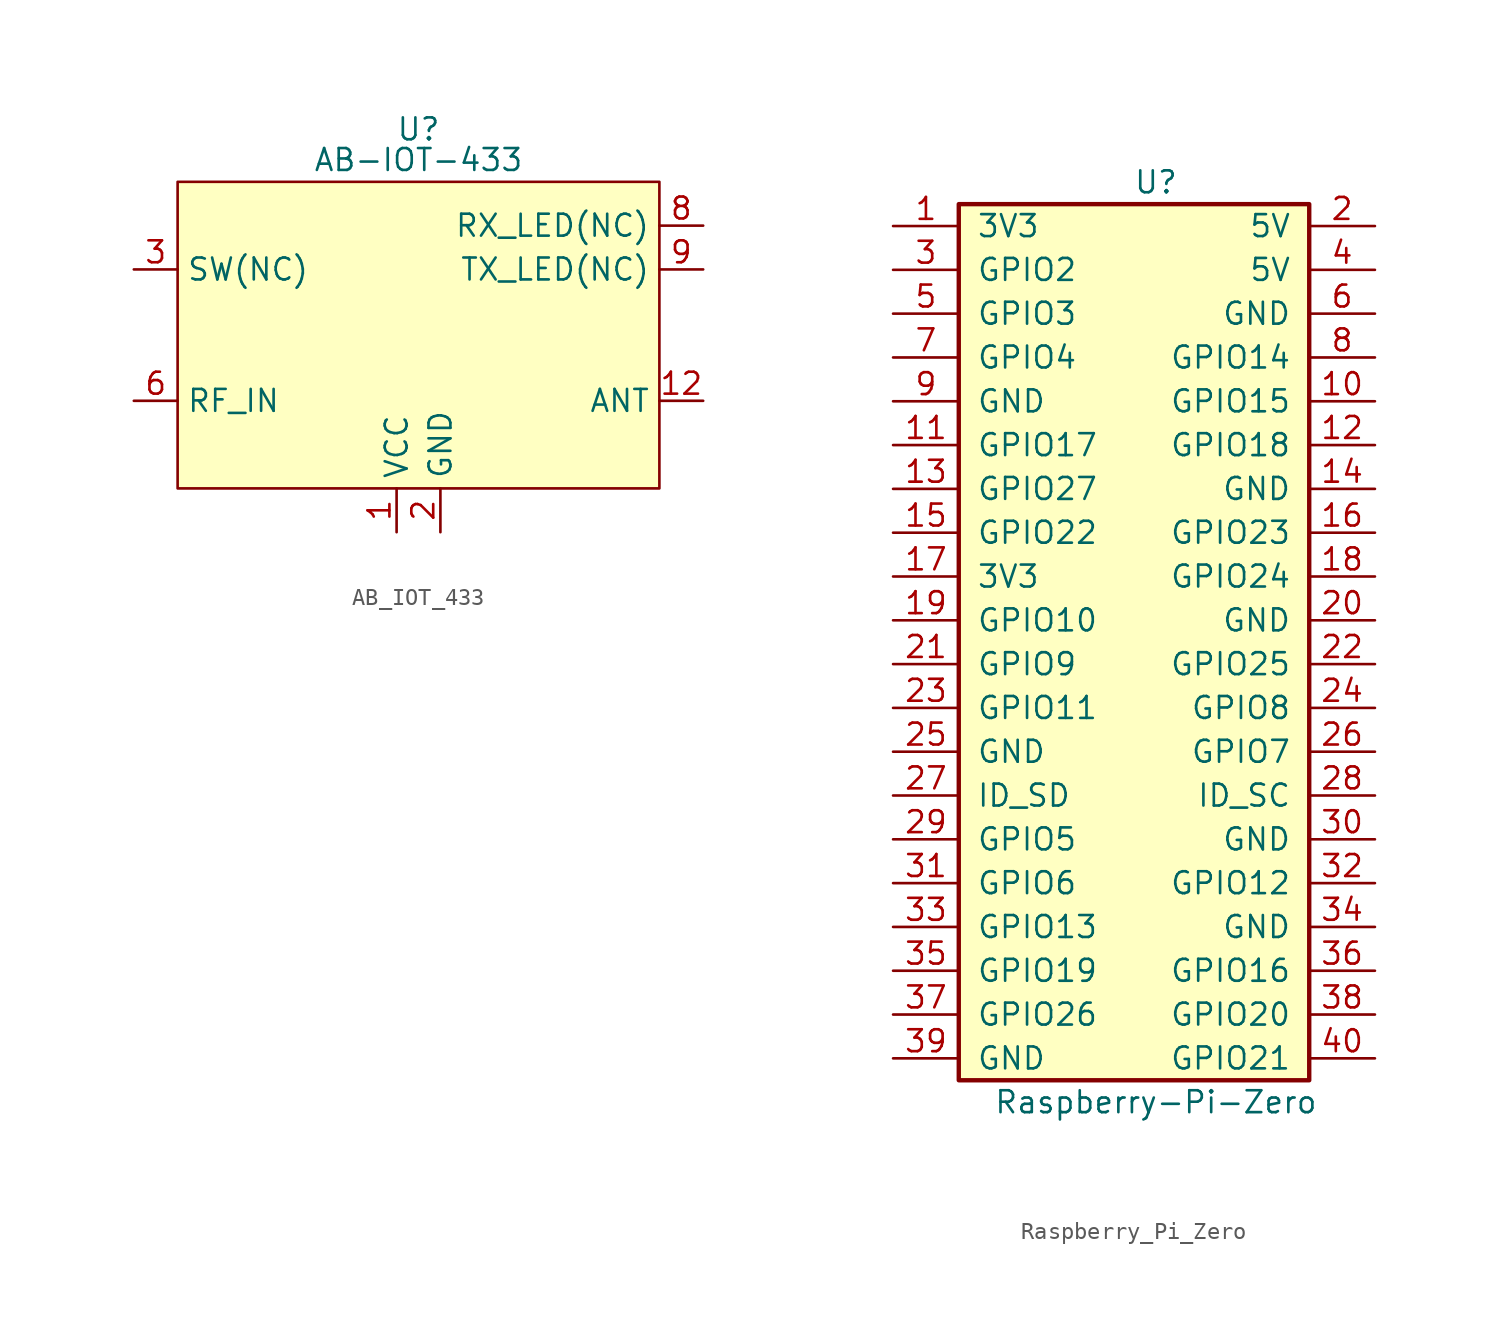
<source format=kicad_sym>
(kicad_symbol_lib
  (version 20241209)
  (generator "kicad_symbol_editor")
  (generator_version "9.0")
  (symbol "AB_IOT_433"
    (property "Reference" "U"
      (at 0 11.938 0)
      (effects (font (size 1.27 1.27))))
    (property "Value" "AB-IOT-433"
      (at 0 10.16 0)
      (effects (font (size 1.27 1.27))))
    (symbol "AB_IOT_433_1_1"
      (rectangle (start -13.97 8.89) (end 13.97 -8.89) (stroke (width 0) (type solid)) (fill (type background)))
      (pin output line (at -16.51 3.81 0) (length 2.54) (name "SW(NC)" (effects (font (size 1.27 1.27)))) (number "3" (effects (font (size 1.27 1.27)))))
      (pin power_in line (at -16.51 1.27 0) (length 2.54) (hide yes) (name "GND" (effects (font (size 1.27 1.27)))) (number "4" (effects (font (size 1.27 1.27)))))
      (pin power_in line (at -16.51 -1.27 0) (length 2.54) (hide yes) (name "GND" (effects (font (size 1.27 1.27)))) (number "5" (effects (font (size 1.27 1.27)))))
      (pin input line (at -16.51 -3.81 0) (length 2.54) (name "RF_IN" (effects (font (size 1.27 1.27)))) (number "6" (effects (font (size 1.27 1.27)))))
      (pin power_in line (at -16.51 -6.35 0) (length 2.54) (hide yes) (name "GND" (effects (font (size 1.27 1.27)))) (number "7" (effects (font (size 1.27 1.27)))))
      (pin power_in line (at -1.27 -11.43 90) (length 2.54) (name "VCC" (effects (font (size 1.27 1.27)))) (number "1" (effects (font (size 1.27 1.27)))))
      (pin power_in line (at 1.27 -11.43 90) (length 2.54) (name "GND" (effects (font (size 1.27 1.27)))) (number "2" (effects (font (size 1.27 1.27)))))
      (pin output line (at 16.51 6.35 180) (length 2.54) (name "RX_LED(NC)" (effects (font (size 1.27 1.27)))) (number "8" (effects (font (size 1.27 1.27)))))
      (pin output line (at 16.51 3.81 180) (length 2.54) (name "TX_LED(NC)" (effects (font (size 1.27 1.27)))) (number "9" (effects (font (size 1.27 1.27)))))
      (pin power_in line (at 16.51 1.27 180) (length 2.54) (hide yes) (name "GND" (effects (font (size 1.27 1.27)))) (number "10" (effects (font (size 1.27 1.27)))))
      (pin power_in line (at 16.51 -1.27 180) (length 2.54) (hide yes) (name "GND" (effects (font (size 1.27 1.27)))) (number "11" (effects (font (size 1.27 1.27)))))
      (pin output line (at 16.51 -3.81 180) (length 2.54) (name "ANT" (effects (font (size 1.27 1.27)))) (number "12" (effects (font (size 1.27 1.27)))))
      (pin power_in line (at 16.51 -6.35 180) (length 2.54) (hide yes) (name "GND" (effects (font (size 1.27 1.27)))) (number "13" (effects (font (size 1.27 1.27)))))))
  (symbol "Raspberry_Pi_Zero"
    (pin_names
      (offset 1.016))
    (property "Reference" "U"
      (at 1.27 25.4 0)
      (effects (font (size 1.27 1.27))))
    (property "Value" "Raspberry-Pi-Zero"
      (at 1.27 -27.94 0)
      (effects (font (size 1.27 1.27))))
    (symbol "Raspberry_Pi_Zero_1_1"
      (rectangle (start -10.16 24.13) (end 10.16 -26.67) (stroke (width 0.254) (type default)) (fill (type background)))
      (pin power_in line (at -13.97 22.86 0) (length 3.81) (name "3V3" (effects (font (size 1.27 1.27)))) (number "1" (effects (font (size 1.27 1.27)))))
      (pin bidirectional line (at -13.97 20.32 0) (length 3.81) (name "GPIO2" (effects (font (size 1.27 1.27)))) (number "3" (effects (font (size 1.27 1.27)))))
      (pin bidirectional line (at -13.97 17.78 0) (length 3.81) (name "GPIO3" (effects (font (size 1.27 1.27)))) (number "5" (effects (font (size 1.27 1.27)))))
      (pin bidirectional line (at -13.97 15.24 0) (length 3.81) (name "GPIO4" (effects (font (size 1.27 1.27)))) (number "7" (effects (font (size 1.27 1.27)))))
      (pin power_in line (at -13.97 12.7 0) (length 3.81) (name "GND" (effects (font (size 1.27 1.27)))) (number "9" (effects (font (size 1.27 1.27)))))
      (pin bidirectional line (at -13.97 10.16 0) (length 3.81) (name "GPIO17" (effects (font (size 1.27 1.27)))) (number "11" (effects (font (size 1.27 1.27)))))
      (pin bidirectional line (at -13.97 7.62 0) (length 3.81) (name "GPIO27" (effects (font (size 1.27 1.27)))) (number "13" (effects (font (size 1.27 1.27)))))
      (pin bidirectional line (at -13.97 5.08 0) (length 3.81) (name "GPIO22" (effects (font (size 1.27 1.27)))) (number "15" (effects (font (size 1.27 1.27)))))
      (pin power_in line (at -13.97 2.54 0) (length 3.81) (name "3V3" (effects (font (size 1.27 1.27)))) (number "17" (effects (font (size 1.27 1.27)))))
      (pin bidirectional line (at -13.97 0 0) (length 3.81) (name "GPIO10" (effects (font (size 1.27 1.27)))) (number "19" (effects (font (size 1.27 1.27)))))
      (pin bidirectional line (at -13.97 -2.54 0) (length 3.81) (name "GPIO9" (effects (font (size 1.27 1.27)))) (number "21" (effects (font (size 1.27 1.27)))))
      (pin bidirectional line (at -13.97 -5.08 0) (length 3.81) (name "GPIO11" (effects (font (size 1.27 1.27)))) (number "23" (effects (font (size 1.27 1.27)))))
      (pin power_in line (at -13.97 -7.62 0) (length 3.81) (name "GND" (effects (font (size 1.27 1.27)))) (number "25" (effects (font (size 1.27 1.27)))))
      (pin bidirectional line (at -13.97 -10.16 0) (length 3.81) (name "ID_SD" (effects (font (size 1.27 1.27)))) (number "27" (effects (font (size 1.27 1.27)))))
      (pin bidirectional line (at -13.97 -12.7 0) (length 3.81) (name "GPIO5" (effects (font (size 1.27 1.27)))) (number "29" (effects (font (size 1.27 1.27)))))
      (pin bidirectional line (at -13.97 -15.24 0) (length 3.81) (name "GPIO6" (effects (font (size 1.27 1.27)))) (number "31" (effects (font (size 1.27 1.27)))))
      (pin bidirectional line (at -13.97 -17.78 0) (length 3.81) (name "GPIO13" (effects (font (size 1.27 1.27)))) (number "33" (effects (font (size 1.27 1.27)))))
      (pin bidirectional line (at -13.97 -20.32 0) (length 3.81) (name "GPIO19" (effects (font (size 1.27 1.27)))) (number "35" (effects (font (size 1.27 1.27)))))
      (pin bidirectional line (at -13.97 -22.86 0) (length 3.81) (name "GPIO26" (effects (font (size 1.27 1.27)))) (number "37" (effects (font (size 1.27 1.27)))))
      (pin power_in line (at -13.97 -25.4 0) (length 3.81) (name "GND" (effects (font (size 1.27 1.27)))) (number "39" (effects (font (size 1.27 1.27)))))
      (pin power_in line (at 13.97 22.86 180) (length 3.81) (name "5V" (effects (font (size 1.27 1.27)))) (number "2" (effects (font (size 1.27 1.27)))))
      (pin power_in line (at 13.97 20.32 180) (length 3.81) (name "5V" (effects (font (size 1.27 1.27)))) (number "4" (effects (font (size 1.27 1.27)))))
      (pin power_in line (at 13.97 17.78 180) (length 3.81) (name "GND" (effects (font (size 1.27 1.27)))) (number "6" (effects (font (size 1.27 1.27)))))
      (pin bidirectional line (at 13.97 15.24 180) (length 3.81) (name "GPIO14" (effects (font (size 1.27 1.27)))) (number "8" (effects (font (size 1.27 1.27)))))
      (pin bidirectional line (at 13.97 12.7 180) (length 3.81) (name "GPIO15" (effects (font (size 1.27 1.27)))) (number "10" (effects (font (size 1.27 1.27)))))
      (pin bidirectional line (at 13.97 10.16 180) (length 3.81) (name "GPIO18" (effects (font (size 1.27 1.27)))) (number "12" (effects (font (size 1.27 1.27)))))
      (pin power_in line (at 13.97 7.62 180) (length 3.81) (name "GND" (effects (font (size 1.27 1.27)))) (number "14" (effects (font (size 1.27 1.27)))))
      (pin bidirectional line (at 13.97 5.08 180) (length 3.81) (name "GPIO23" (effects (font (size 1.27 1.27)))) (number "16" (effects (font (size 1.27 1.27)))))
      (pin bidirectional line (at 13.97 2.54 180) (length 3.81) (name "GPIO24" (effects (font (size 1.27 1.27)))) (number "18" (effects (font (size 1.27 1.27)))))
      (pin power_in line (at 13.97 0 180) (length 3.81) (name "GND" (effects (font (size 1.27 1.27)))) (number "20" (effects (font (size 1.27 1.27)))))
      (pin bidirectional line (at 13.97 -2.54 180) (length 3.81) (name "GPIO25" (effects (font (size 1.27 1.27)))) (number "22" (effects (font (size 1.27 1.27)))))
      (pin bidirectional line (at 13.97 -5.08 180) (length 3.81) (name "GPIO8" (effects (font (size 1.27 1.27)))) (number "24" (effects (font (size 1.27 1.27)))))
      (pin bidirectional line (at 13.97 -7.62 180) (length 3.81) (name "GPIO7" (effects (font (size 1.27 1.27)))) (number "26" (effects (font (size 1.27 1.27)))))
      (pin bidirectional line (at 13.97 -10.16 180) (length 3.81) (name "ID_SC" (effects (font (size 1.27 1.27)))) (number "28" (effects (font (size 1.27 1.27)))))
      (pin power_in line (at 13.97 -12.7 180) (length 3.81) (name "GND" (effects (font (size 1.27 1.27)))) (number "30" (effects (font (size 1.27 1.27)))))
      (pin bidirectional line (at 13.97 -15.24 180) (length 3.81) (name "GPIO12" (effects (font (size 1.27 1.27)))) (number "32" (effects (font (size 1.27 1.27)))))
      (pin power_in line (at 13.97 -17.78 180) (length 3.81) (name "GND" (effects (font (size 1.27 1.27)))) (number "34" (effects (font (size 1.27 1.27)))))
      (pin bidirectional line (at 13.97 -20.32 180) (length 3.81) (name "GPIO16" (effects (font (size 1.27 1.27)))) (number "36" (effects (font (size 1.27 1.27)))))
      (pin bidirectional line (at 13.97 -22.86 180) (length 3.81) (name "GPIO20" (effects (font (size 1.27 1.27)))) (number "38" (effects (font (size 1.27 1.27)))))
      (pin bidirectional line (at 13.97 -25.4 180) (length 3.81) (name "GPIO21" (effects (font (size 1.27 1.27)))) (number "40" (effects (font (size 1.27 1.27))))))))
</source>
